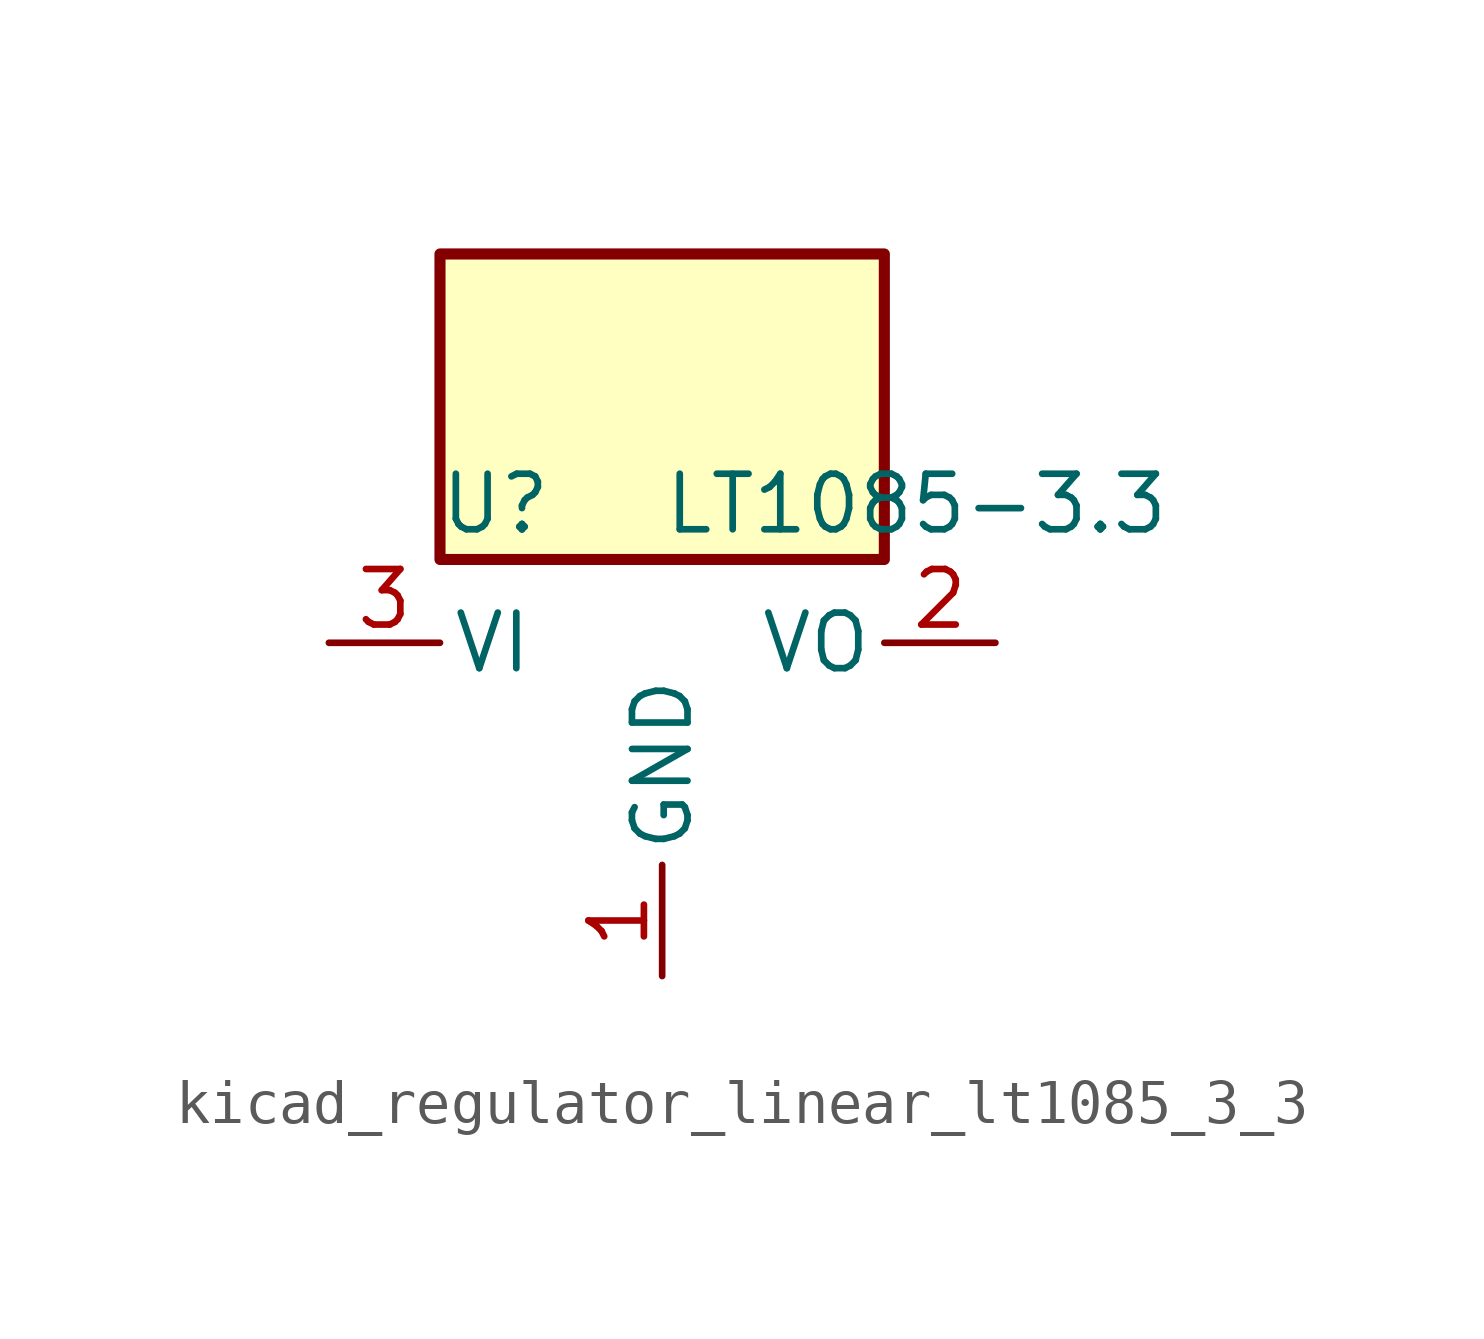
<source format=kicad_sym>
(kicad_symbol_lib
  (version 20220914)
  (generator kicad_symbol_editor)
  (symbol "kicad_regulator_linear_lt1085_3_3"
    (pin_names
      (offset 0.254))
    (property "Reference" "U"
      (at -3.81 3.175 0)
      (effects (font (size 1.27 1.27))))
    (property "Value" "LT1085-3.3"
      (at 0 3.175 0)
      (effects (font (size 1.27 1.27)) (justify left)))
    (symbol "kicad_regulator_linear_lt1085_3_3_0_1"
      (rectangle (start 5.08 8.89) (end -5.08 1.905) (stroke (width 0.254) (type default)) (fill (type background))))
    (symbol "kicad_regulator_linear_lt1085_3_3_1_1"
      (pin power_in line (at 0 -7.62 90) (length 2.54) (name "GND" (effects (font (size 1.27 1.27)))) (number "1" (effects (font (size 1.27 1.27)))))
      (pin power_out line (at 7.62 0 180) (length 2.54) (name "VO" (effects (font (size 1.27 1.27)))) (number "2" (effects (font (size 1.27 1.27)))))
      (pin power_in line (at -7.62 0 0) (length 2.54) (name "VI" (effects (font (size 1.27 1.27)))) (number "3" (effects (font (size 1.27 1.27))))))))
</source>
